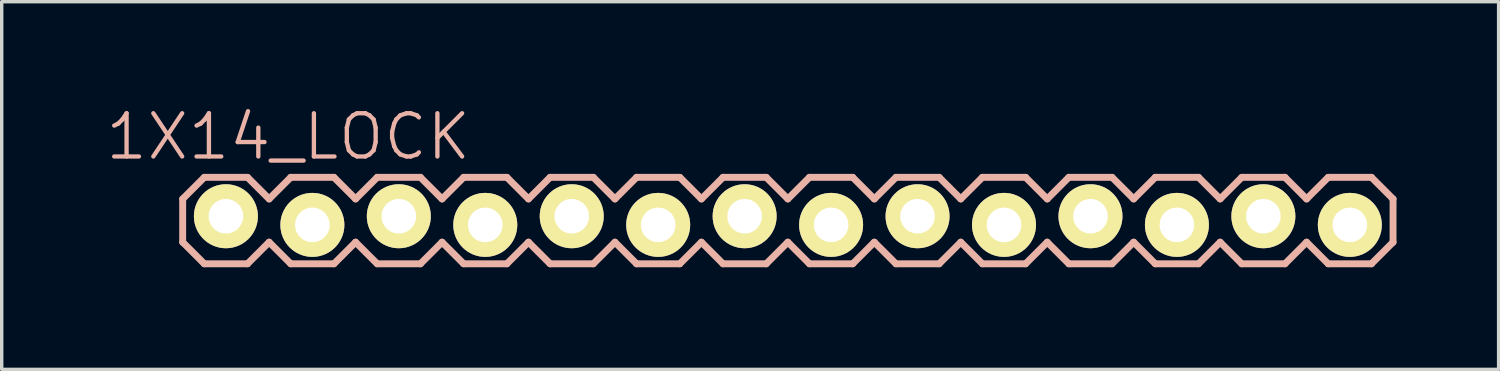
<source format=kicad_pcb>
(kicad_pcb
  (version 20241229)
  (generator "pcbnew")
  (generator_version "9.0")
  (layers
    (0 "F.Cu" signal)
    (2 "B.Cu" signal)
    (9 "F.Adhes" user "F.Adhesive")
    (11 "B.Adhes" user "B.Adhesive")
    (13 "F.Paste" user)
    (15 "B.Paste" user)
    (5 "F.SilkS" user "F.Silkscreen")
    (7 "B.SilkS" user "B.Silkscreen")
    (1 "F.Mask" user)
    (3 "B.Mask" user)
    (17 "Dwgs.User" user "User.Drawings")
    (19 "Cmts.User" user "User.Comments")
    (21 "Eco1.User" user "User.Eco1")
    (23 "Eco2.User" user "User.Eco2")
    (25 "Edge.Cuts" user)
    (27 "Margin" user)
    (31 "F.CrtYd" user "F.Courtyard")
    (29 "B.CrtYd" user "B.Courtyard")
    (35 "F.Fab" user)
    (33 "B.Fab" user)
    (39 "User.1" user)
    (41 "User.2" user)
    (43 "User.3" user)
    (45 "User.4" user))
  (footprint "1X14_LOCK"
    (layer "F.Cu")
    (at 3.587 3.43)
    (property "Reference" "1X14_LOCK" (at 1.829 -2.464 0) (layer "B.SilkS") (effects (font (size 1.27 1.27) (thickness 0.127))))
    (attr exclude_from_pos_files exclude_from_bom)
    (fp_line (start -0.254 -0.254) (end 0.254 -0.254) (stroke (width 0.066) (type solid)) (layer "F.SilkS"))
    (fp_line (start -0.254 0.254) (end -0.254 -0.254) (stroke (width 0.066) (type solid)) (layer "F.SilkS"))
    (fp_line (start -0.254 0.254) (end 0.254 0.254) (stroke (width 0.066) (type solid)) (layer "F.SilkS"))
    (fp_line (start 0.254 0.254) (end 0.254 -0.254) (stroke (width 0.066) (type solid)) (layer "F.SilkS"))
    (fp_line (start 2.286 -0.254) (end 2.794 -0.254) (stroke (width 0.066) (type solid)) (layer "F.SilkS"))
    (fp_line (start 2.286 0.254) (end 2.286 -0.254) (stroke (width 0.066) (type solid)) (layer "F.SilkS"))
    (fp_line (start 2.286 0.254) (end 2.794 0.254) (stroke (width 0.066) (type solid)) (layer "F.SilkS"))
    (fp_line (start 2.794 0.254) (end 2.794 -0.254) (stroke (width 0.066) (type solid)) (layer "F.SilkS"))
    (fp_line (start 4.826 -0.254) (end 5.334 -0.254) (stroke (width 0.066) (type solid)) (layer "F.SilkS"))
    (fp_line (start 4.826 0.254) (end 4.826 -0.254) (stroke (width 0.066) (type solid)) (layer "F.SilkS"))
    (fp_line (start 4.826 0.254) (end 5.334 0.254) (stroke (width 0.066) (type solid)) (layer "F.SilkS"))
    (fp_line (start 5.334 0.254) (end 5.334 -0.254) (stroke (width 0.066) (type solid)) (layer "F.SilkS"))
    (fp_line (start 7.366 -0.254) (end 7.874 -0.254) (stroke (width 0.066) (type solid)) (layer "F.SilkS"))
    (fp_line (start 7.366 0.254) (end 7.366 -0.254) (stroke (width 0.066) (type solid)) (layer "F.SilkS"))
    (fp_line (start 7.366 0.254) (end 7.874 0.254) (stroke (width 0.066) (type solid)) (layer "F.SilkS"))
    (fp_line (start 7.874 0.254) (end 7.874 -0.254) (stroke (width 0.066) (type solid)) (layer "F.SilkS"))
    (fp_line (start 9.906 -0.254) (end 10.414 -0.254) (stroke (width 0.066) (type solid)) (layer "F.SilkS"))
    (fp_line (start 9.906 0.254) (end 9.906 -0.254) (stroke (width 0.066) (type solid)) (layer "F.SilkS"))
    (fp_line (start 9.906 0.254) (end 10.414 0.254) (stroke (width 0.066) (type solid)) (layer "F.SilkS"))
    (fp_line (start 10.414 0.254) (end 10.414 -0.254) (stroke (width 0.066) (type solid)) (layer "F.SilkS"))
    (fp_line (start 12.446 -0.254) (end 12.954 -0.254) (stroke (width 0.066) (type solid)) (layer "F.SilkS"))
    (fp_line (start 12.446 0.254) (end 12.446 -0.254) (stroke (width 0.066) (type solid)) (layer "F.SilkS"))
    (fp_line (start 12.446 0.254) (end 12.954 0.254) (stroke (width 0.066) (type solid)) (layer "F.SilkS"))
    (fp_line (start 12.954 0.254) (end 12.954 -0.254) (stroke (width 0.066) (type solid)) (layer "F.SilkS"))
    (fp_line (start 14.986 -0.254) (end 15.494 -0.254) (stroke (width 0.066) (type solid)) (layer "F.SilkS"))
    (fp_line (start 14.986 0.254) (end 14.986 -0.254) (stroke (width 0.066) (type solid)) (layer "F.SilkS"))
    (fp_line (start 14.986 0.254) (end 15.494 0.254) (stroke (width 0.066) (type solid)) (layer "F.SilkS"))
    (fp_line (start 15.494 0.254) (end 15.494 -0.254) (stroke (width 0.066) (type solid)) (layer "F.SilkS"))
    (fp_line (start 17.523 -0.254) (end 18.034 -0.254) (stroke (width 0.066) (type solid)) (layer "F.SilkS"))
    (fp_line (start 17.523 0.254) (end 17.523 -0.254) (stroke (width 0.066) (type solid)) (layer "F.SilkS"))
    (fp_line (start 17.523 0.254) (end 18.034 0.254) (stroke (width 0.066) (type solid)) (layer "F.SilkS"))
    (fp_line (start 18.034 0.254) (end 18.034 -0.254) (stroke (width 0.066) (type solid)) (layer "F.SilkS"))
    (fp_line (start 20.066 -0.254) (end 20.574 -0.254) (stroke (width 0.066) (type solid)) (layer "F.SilkS"))
    (fp_line (start 20.066 0.254) (end 20.066 -0.254) (stroke (width 0.066) (type solid)) (layer "F.SilkS"))
    (fp_line (start 20.066 0.254) (end 20.574 0.254) (stroke (width 0.066) (type solid)) (layer "F.SilkS"))
    (fp_line (start 20.574 0.254) (end 20.574 -0.254) (stroke (width 0.066) (type solid)) (layer "F.SilkS"))
    (fp_line (start 22.606 -0.254) (end 23.114 -0.254) (stroke (width 0.066) (type solid)) (layer "F.SilkS"))
    (fp_line (start 22.606 0.254) (end 22.606 -0.254) (stroke (width 0.066) (type solid)) (layer "F.SilkS"))
    (fp_line (start 22.606 0.254) (end 23.114 0.254) (stroke (width 0.066) (type solid)) (layer "F.SilkS"))
    (fp_line (start 23.114 0.254) (end 23.114 -0.254) (stroke (width 0.066) (type solid)) (layer "F.SilkS"))
    (fp_line (start 25.146 -0.254) (end 25.654 -0.254) (stroke (width 0.066) (type solid)) (layer "F.SilkS"))
    (fp_line (start 25.146 0.254) (end 25.146 -0.254) (stroke (width 0.066) (type solid)) (layer "F.SilkS"))
    (fp_line (start 25.146 0.254) (end 25.654 0.254) (stroke (width 0.066) (type solid)) (layer "F.SilkS"))
    (fp_line (start 25.654 0.254) (end 25.654 -0.254) (stroke (width 0.066) (type solid)) (layer "F.SilkS"))
    (fp_line (start 27.686 -0.254) (end 28.194 -0.254) (stroke (width 0.066) (type solid)) (layer "F.SilkS"))
    (fp_line (start 27.686 0.254) (end 27.686 -0.254) (stroke (width 0.066) (type solid)) (layer "F.SilkS"))
    (fp_line (start 27.686 0.254) (end 28.194 0.254) (stroke (width 0.066) (type solid)) (layer "F.SilkS"))
    (fp_line (start 28.194 0.254) (end 28.194 -0.254) (stroke (width 0.066) (type solid)) (layer "F.SilkS"))
    (fp_line (start 30.226 -0.254) (end 30.734 -0.254) (stroke (width 0.066) (type solid)) (layer "F.SilkS"))
    (fp_line (start 30.226 0.254) (end 30.226 -0.254) (stroke (width 0.066) (type solid)) (layer "F.SilkS"))
    (fp_line (start 30.226 0.254) (end 30.734 0.254) (stroke (width 0.066) (type solid)) (layer "F.SilkS"))
    (fp_line (start 30.734 0.254) (end 30.734 -0.254) (stroke (width 0.066) (type solid)) (layer "F.SilkS"))
    (fp_line (start 32.766 -0.254) (end 33.274 -0.254) (stroke (width 0.066) (type solid)) (layer "F.SilkS"))
    (fp_line (start 32.766 0.254) (end 32.766 -0.254) (stroke (width 0.066) (type solid)) (layer "F.SilkS"))
    (fp_line (start 32.766 0.254) (end 33.274 0.254) (stroke (width 0.066) (type solid)) (layer "F.SilkS"))
    (fp_line (start 33.274 0.254) (end 33.274 -0.254) (stroke (width 0.066) (type solid)) (layer "F.SilkS"))
    (fp_line (start -1.27 -0.635) (end -1.27 0.635) (stroke (width 0.203) (type solid)) (layer "B.SilkS"))
    (fp_line (start -1.27 0.635) (end -0.635 1.27) (stroke (width 0.203) (type solid)) (layer "B.SilkS"))
    (fp_line (start -0.635 -1.27) (end -1.27 -0.635) (stroke (width 0.203) (type solid)) (layer "B.SilkS"))
    (fp_line (start -0.635 -1.27) (end 0.635 -1.27) (stroke (width 0.203) (type solid)) (layer "B.SilkS"))
    (fp_line (start 0.635 -1.27) (end 1.27 -0.635) (stroke (width 0.203) (type solid)) (layer "B.SilkS"))
    (fp_line (start 0.635 1.27) (end -0.635 1.27) (stroke (width 0.203) (type solid)) (layer "B.SilkS"))
    (fp_line (start 1.27 -0.635) (end 1.905 -1.27) (stroke (width 0.203) (type solid)) (layer "B.SilkS"))
    (fp_line (start 1.27 0.635) (end 0.635 1.27) (stroke (width 0.203) (type solid)) (layer "B.SilkS"))
    (fp_line (start 1.905 -1.27) (end 3.175 -1.27) (stroke (width 0.203) (type solid)) (layer "B.SilkS"))
    (fp_line (start 1.905 1.27) (end 1.27 0.635) (stroke (width 0.203) (type solid)) (layer "B.SilkS"))
    (fp_line (start 3.175 -1.27) (end 3.81 -0.635) (stroke (width 0.203) (type solid)) (layer "B.SilkS"))
    (fp_line (start 3.175 1.27) (end 1.905 1.27) (stroke (width 0.203) (type solid)) (layer "B.SilkS"))
    (fp_line (start 3.81 -0.635) (end 4.445 -1.27) (stroke (width 0.203) (type solid)) (layer "B.SilkS"))
    (fp_line (start 3.81 0.635) (end 3.175 1.27) (stroke (width 0.203) (type solid)) (layer "B.SilkS"))
    (fp_line (start 4.445 -1.27) (end 5.715 -1.27) (stroke (width 0.203) (type solid)) (layer "B.SilkS"))
    (fp_line (start 4.445 1.27) (end 3.81 0.635) (stroke (width 0.203) (type solid)) (layer "B.SilkS"))
    (fp_line (start 5.715 -1.27) (end 6.35 -0.635) (stroke (width 0.203) (type solid)) (layer "B.SilkS"))
    (fp_line (start 5.715 1.27) (end 4.445 1.27) (stroke (width 0.203) (type solid)) (layer "B.SilkS"))
    (fp_line (start 6.35 0.635) (end 5.715 1.27) (stroke (width 0.203) (type solid)) (layer "B.SilkS"))
    (fp_line (start 6.35 0.635) (end 6.985 1.27) (stroke (width 0.203) (type solid)) (layer "B.SilkS"))
    (fp_line (start 6.985 -1.27) (end 6.35 -0.635) (stroke (width 0.203) (type solid)) (layer "B.SilkS"))
    (fp_line (start 6.985 -1.27) (end 8.255 -1.27) (stroke (width 0.203) (type solid)) (layer "B.SilkS"))
    (fp_line (start 8.255 -1.27) (end 8.89 -0.635) (stroke (width 0.203) (type solid)) (layer "B.SilkS"))
    (fp_line (start 8.255 1.27) (end 6.985 1.27) (stroke (width 0.203) (type solid)) (layer "B.SilkS"))
    (fp_line (start 8.89 -0.635) (end 9.525 -1.27) (stroke (width 0.203) (type solid)) (layer "B.SilkS"))
    (fp_line (start 8.89 0.635) (end 8.255 1.27) (stroke (width 0.203) (type solid)) (layer "B.SilkS"))
    (fp_line (start 9.525 -1.27) (end 10.795 -1.27) (stroke (width 0.203) (type solid)) (layer "B.SilkS"))
    (fp_line (start 9.525 1.27) (end 8.89 0.635) (stroke (width 0.203) (type solid)) (layer "B.SilkS"))
    (fp_line (start 10.795 -1.27) (end 11.43 -0.635) (stroke (width 0.203) (type solid)) (layer "B.SilkS"))
    (fp_line (start 10.795 1.27) (end 9.525 1.27) (stroke (width 0.203) (type solid)) (layer "B.SilkS"))
    (fp_line (start 11.43 -0.635) (end 12.065 -1.27) (stroke (width 0.203) (type solid)) (layer "B.SilkS"))
    (fp_line (start 11.43 0.635) (end 10.795 1.27) (stroke (width 0.203) (type solid)) (layer "B.SilkS"))
    (fp_line (start 12.065 -1.27) (end 13.335 -1.27) (stroke (width 0.203) (type solid)) (layer "B.SilkS"))
    (fp_line (start 12.065 1.27) (end 11.43 0.635) (stroke (width 0.203) (type solid)) (layer "B.SilkS"))
    (fp_line (start 13.335 -1.27) (end 13.97 -0.635) (stroke (width 0.203) (type solid)) (layer "B.SilkS"))
    (fp_line (start 13.335 1.27) (end 12.065 1.27) (stroke (width 0.203) (type solid)) (layer "B.SilkS"))
    (fp_line (start 13.97 0.635) (end 13.335 1.27) (stroke (width 0.203) (type solid)) (layer "B.SilkS"))
    (fp_line (start 13.97 0.635) (end 14.605 1.27) (stroke (width 0.203) (type solid)) (layer "B.SilkS"))
    (fp_line (start 14.605 -1.27) (end 13.97 -0.635) (stroke (width 0.203) (type solid)) (layer "B.SilkS"))
    (fp_line (start 14.605 -1.27) (end 15.875 -1.27) (stroke (width 0.203) (type solid)) (layer "B.SilkS"))
    (fp_line (start 15.875 -1.27) (end 16.51 -0.635) (stroke (width 0.203) (type solid)) (layer "B.SilkS"))
    (fp_line (start 15.875 1.27) (end 14.605 1.27) (stroke (width 0.203) (type solid)) (layer "B.SilkS"))
    (fp_line (start 16.51 0.635) (end 15.875 1.27) (stroke (width 0.203) (type solid)) (layer "B.SilkS"))
    (fp_line (start 16.51 0.635) (end 17.145 1.27) (stroke (width 0.203) (type solid)) (layer "B.SilkS"))
    (fp_line (start 17.145 -1.27) (end 16.51 -0.635) (stroke (width 0.203) (type solid)) (layer "B.SilkS"))
    (fp_line (start 17.145 -1.27) (end 18.415 -1.27) (stroke (width 0.203) (type solid)) (layer "B.SilkS"))
    (fp_line (start 18.415 -1.27) (end 19.05 -0.635) (stroke (width 0.203) (type solid)) (layer "B.SilkS"))
    (fp_line (start 18.415 1.27) (end 17.145 1.27) (stroke (width 0.203) (type solid)) (layer "B.SilkS"))
    (fp_line (start 19.05 -0.635) (end 19.685 -1.27) (stroke (width 0.203) (type solid)) (layer "B.SilkS"))
    (fp_line (start 19.05 0.635) (end 18.415 1.27) (stroke (width 0.203) (type solid)) (layer "B.SilkS"))
    (fp_line (start 19.685 -1.27) (end 20.955 -1.27) (stroke (width 0.203) (type solid)) (layer "B.SilkS"))
    (fp_line (start 19.685 1.27) (end 19.05 0.635) (stroke (width 0.203) (type solid)) (layer "B.SilkS"))
    (fp_line (start 20.955 -1.27) (end 21.59 -0.635) (stroke (width 0.203) (type solid)) (layer "B.SilkS"))
    (fp_line (start 20.955 1.27) (end 19.685 1.27) (stroke (width 0.203) (type solid)) (layer "B.SilkS"))
    (fp_line (start 21.59 -0.635) (end 22.225 -1.27) (stroke (width 0.203) (type solid)) (layer "B.SilkS"))
    (fp_line (start 21.59 0.635) (end 20.955 1.27) (stroke (width 0.203) (type solid)) (layer "B.SilkS"))
    (fp_line (start 22.225 -1.27) (end 23.495 -1.27) (stroke (width 0.203) (type solid)) (layer "B.SilkS"))
    (fp_line (start 22.225 1.27) (end 21.59 0.635) (stroke (width 0.203) (type solid)) (layer "B.SilkS"))
    (fp_line (start 23.495 -1.27) (end 24.13 -0.635) (stroke (width 0.203) (type solid)) (layer "B.SilkS"))
    (fp_line (start 23.495 1.27) (end 22.225 1.27) (stroke (width 0.203) (type solid)) (layer "B.SilkS"))
    (fp_line (start 24.13 0.635) (end 23.495 1.27) (stroke (width 0.203) (type solid)) (layer "B.SilkS"))
    (fp_line (start 24.13 0.635) (end 24.765 1.27) (stroke (width 0.203) (type solid)) (layer "B.SilkS"))
    (fp_line (start 24.765 -1.27) (end 24.13 -0.635) (stroke (width 0.203) (type solid)) (layer "B.SilkS"))
    (fp_line (start 24.765 -1.27) (end 26.035 -1.27) (stroke (width 0.203) (type solid)) (layer "B.SilkS"))
    (fp_line (start 26.035 -1.27) (end 26.67 -0.635) (stroke (width 0.203) (type solid)) (layer "B.SilkS"))
    (fp_line (start 26.035 1.27) (end 24.765 1.27) (stroke (width 0.203) (type solid)) (layer "B.SilkS"))
    (fp_line (start 26.67 -0.635) (end 27.305 -1.27) (stroke (width 0.203) (type solid)) (layer "B.SilkS"))
    (fp_line (start 26.67 0.635) (end 26.035 1.27) (stroke (width 0.203) (type solid)) (layer "B.SilkS"))
    (fp_line (start 27.305 -1.27) (end 28.575 -1.27) (stroke (width 0.203) (type solid)) (layer "B.SilkS"))
    (fp_line (start 27.305 1.27) (end 26.67 0.635) (stroke (width 0.203) (type solid)) (layer "B.SilkS"))
    (fp_line (start 28.575 -1.27) (end 29.21 -0.635) (stroke (width 0.203) (type solid)) (layer "B.SilkS"))
    (fp_line (start 28.575 1.27) (end 27.305 1.27) (stroke (width 0.203) (type solid)) (layer "B.SilkS"))
    (fp_line (start 29.21 -0.635) (end 29.845 -1.27) (stroke (width 0.203) (type solid)) (layer "B.SilkS"))
    (fp_line (start 29.21 0.635) (end 28.575 1.27) (stroke (width 0.203) (type solid)) (layer "B.SilkS"))
    (fp_line (start 29.845 -1.27) (end 31.115 -1.27) (stroke (width 0.203) (type solid)) (layer "B.SilkS"))
    (fp_line (start 29.845 1.27) (end 29.21 0.635) (stroke (width 0.203) (type solid)) (layer "B.SilkS"))
    (fp_line (start 31.115 -1.27) (end 31.75 -0.635) (stroke (width 0.203) (type solid)) (layer "B.SilkS"))
    (fp_line (start 31.115 1.27) (end 29.845 1.27) (stroke (width 0.203) (type solid)) (layer "B.SilkS"))
    (fp_line (start 31.75 0.635) (end 31.115 1.27) (stroke (width 0.203) (type solid)) (layer "B.SilkS"))
    (fp_line (start 31.75 0.635) (end 32.385 1.27) (stroke (width 0.203) (type solid)) (layer "B.SilkS"))
    (fp_line (start 32.385 -1.27) (end 31.75 -0.635) (stroke (width 0.203) (type solid)) (layer "B.SilkS"))
    (fp_line (start 32.385 -1.27) (end 33.655 -1.27) (stroke (width 0.203) (type solid)) (layer "B.SilkS"))
    (fp_line (start 33.655 -1.27) (end 34.29 -0.635) (stroke (width 0.203) (type solid)) (layer "B.SilkS"))
    (fp_line (start 33.655 1.27) (end 32.385 1.27) (stroke (width 0.203) (type solid)) (layer "B.SilkS"))
    (fp_line (start 34.29 -0.635) (end 34.29 0.635) (stroke (width 0.203) (type solid)) (layer "B.SilkS"))
    (fp_line (start 34.29 0.635) (end 33.655 1.27) (stroke (width 0.203) (type solid)) (layer "B.SilkS"))
    (pad "1" thru_hole circle (at 0 -0.127) (size 1.88 1.88) (drill 1.016) (layers "*.Cu" "F.Mask" "F.SilkS" "F.Paste"))
    (pad "2" thru_hole circle (at 2.54 0.127) (size 1.88 1.88) (drill 1.016) (layers "*.Cu" "F.Mask" "F.SilkS" "F.Paste"))
    (pad "3" thru_hole circle (at 5.08 -0.127) (size 1.88 1.88) (drill 1.016) (layers "*.Cu" "F.Mask" "F.SilkS" "F.Paste"))
    (pad "4" thru_hole circle (at 7.62 0.127) (size 1.88 1.88) (drill 1.016) (layers "*.Cu" "F.Mask" "F.SilkS" "F.Paste"))
    (pad "5" thru_hole circle (at 10.16 -0.127) (size 1.88 1.88) (drill 1.016) (layers "*.Cu" "F.Mask" "F.SilkS" "F.Paste"))
    (pad "6" thru_hole circle (at 12.7 0.127) (size 1.88 1.88) (drill 1.016) (layers "*.Cu" "F.Mask" "F.SilkS" "F.Paste"))
    (pad "7" thru_hole circle (at 15.24 -0.127) (size 1.88 1.88) (drill 1.016) (layers "*.Cu" "F.Mask" "F.SilkS" "F.Paste"))
    (pad "8" thru_hole circle (at 17.78 0.127) (size 1.88 1.88) (drill 1.016) (layers "*.Cu" "F.Mask" "F.SilkS" "F.Paste"))
    (pad "9" thru_hole circle (at 20.32 -0.127) (size 1.88 1.88) (drill 1.016) (layers "*.Cu" "F.Mask" "F.SilkS" "F.Paste"))
    (pad "10" thru_hole circle (at 22.86 0.127) (size 1.88 1.88) (drill 1.016) (layers "*.Cu" "F.Mask" "F.SilkS" "F.Paste"))
    (pad "11" thru_hole circle (at 25.4 -0.127) (size 1.88 1.88) (drill 1.016) (layers "*.Cu" "F.Mask" "F.SilkS" "F.Paste"))
    (pad "12" thru_hole circle (at 27.94 0.127) (size 1.88 1.88) (drill 1.016) (layers "*.Cu" "F.Mask" "F.SilkS" "F.Paste"))
    (pad "13" thru_hole circle (at 30.48 -0.127) (size 1.88 1.88) (drill 1.016) (layers "*.Cu" "F.Mask" "F.SilkS" "F.Paste"))
    (pad "14" thru_hole circle (at 33.02 0.127) (size 1.88 1.88) (drill 1.016) (layers "*.Cu" "F.Mask" "F.SilkS" "F.Paste")))
  (gr_rect
    (start -3 -3)
    (end 40.978 7.801)
    (stroke (width 0.1) (type default))
    (fill no)
    (layer "Edge.Cuts")))
</source>
